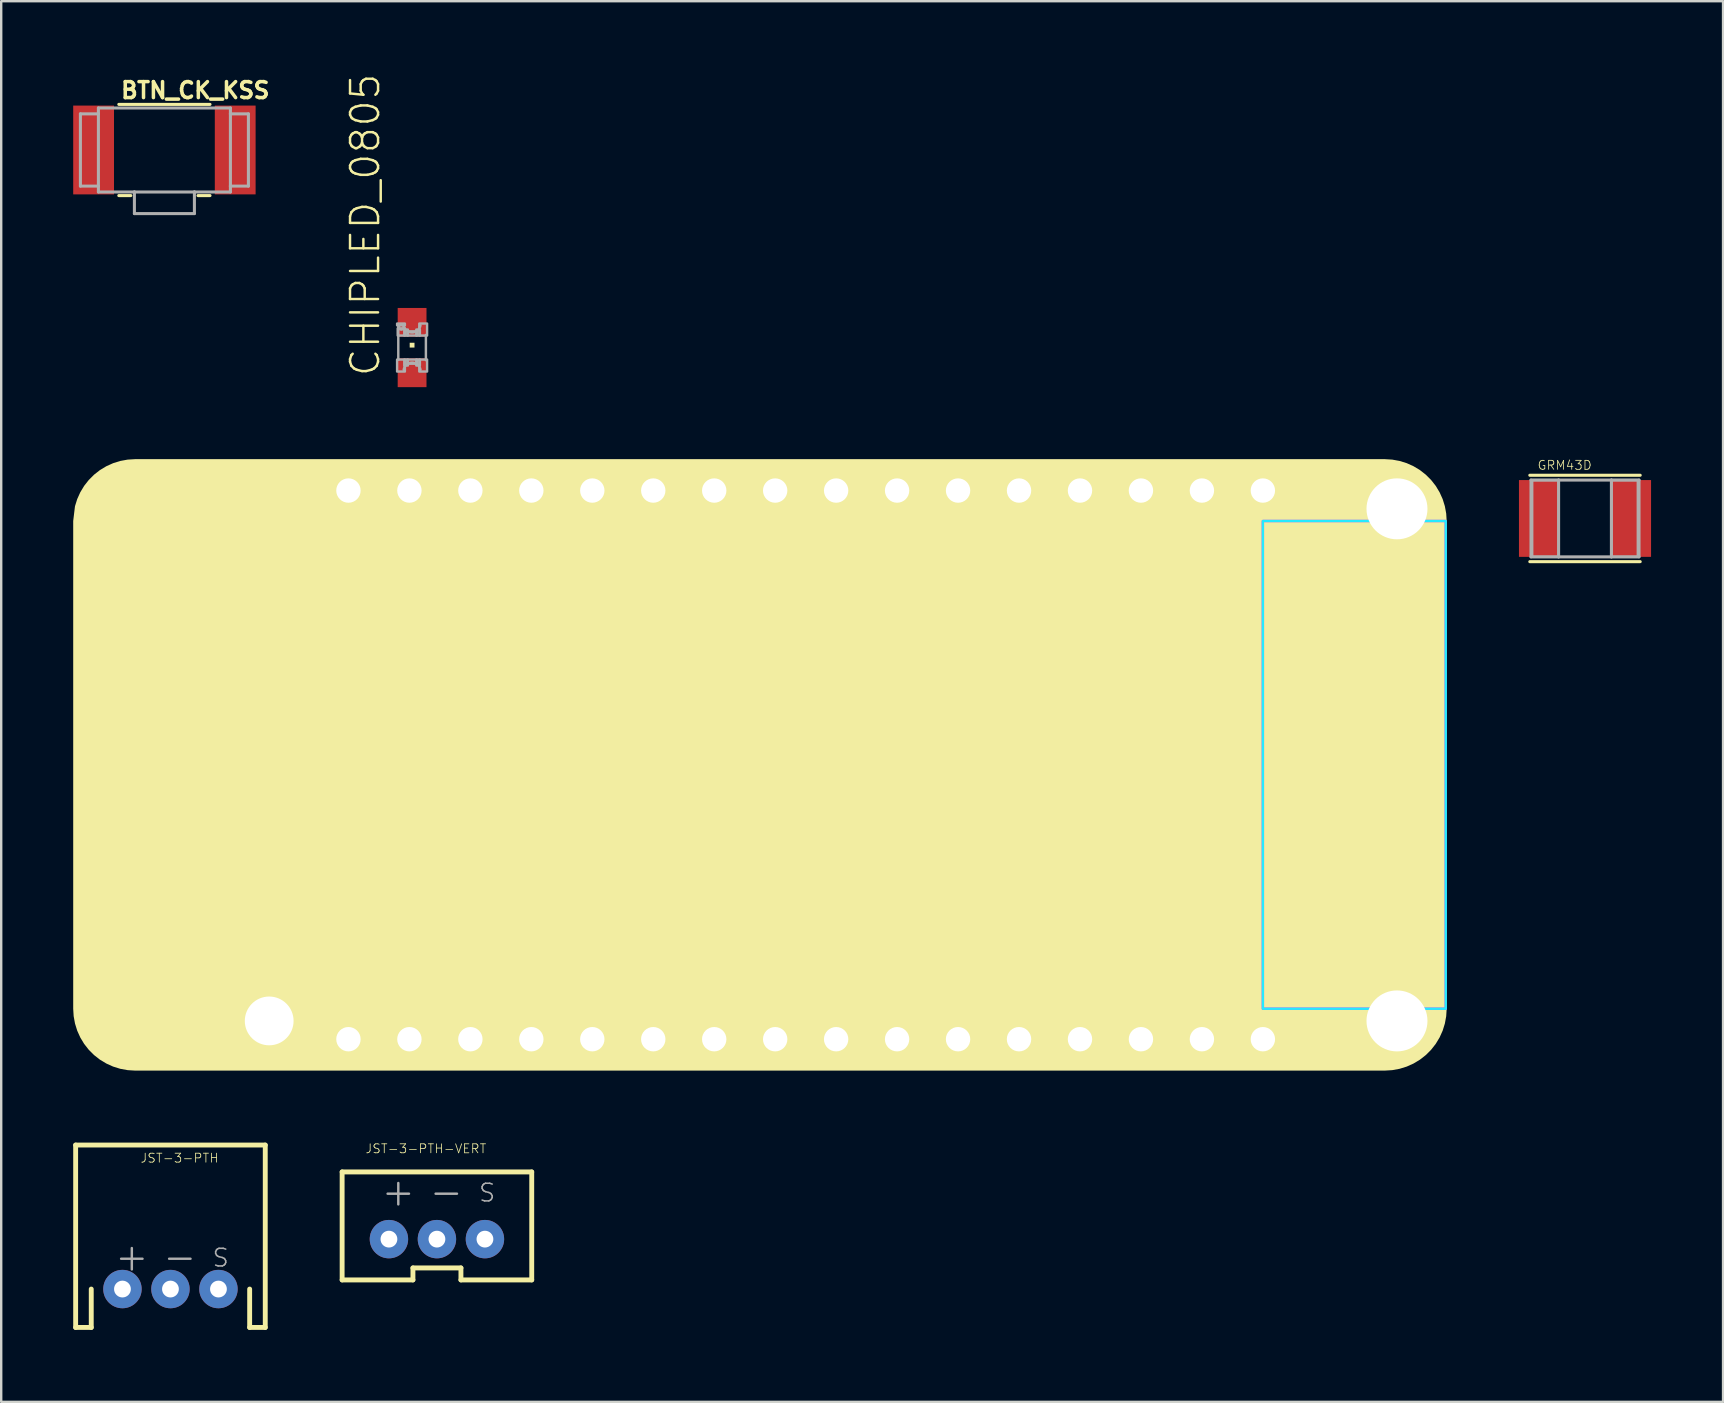
<source format=kicad_pcb>
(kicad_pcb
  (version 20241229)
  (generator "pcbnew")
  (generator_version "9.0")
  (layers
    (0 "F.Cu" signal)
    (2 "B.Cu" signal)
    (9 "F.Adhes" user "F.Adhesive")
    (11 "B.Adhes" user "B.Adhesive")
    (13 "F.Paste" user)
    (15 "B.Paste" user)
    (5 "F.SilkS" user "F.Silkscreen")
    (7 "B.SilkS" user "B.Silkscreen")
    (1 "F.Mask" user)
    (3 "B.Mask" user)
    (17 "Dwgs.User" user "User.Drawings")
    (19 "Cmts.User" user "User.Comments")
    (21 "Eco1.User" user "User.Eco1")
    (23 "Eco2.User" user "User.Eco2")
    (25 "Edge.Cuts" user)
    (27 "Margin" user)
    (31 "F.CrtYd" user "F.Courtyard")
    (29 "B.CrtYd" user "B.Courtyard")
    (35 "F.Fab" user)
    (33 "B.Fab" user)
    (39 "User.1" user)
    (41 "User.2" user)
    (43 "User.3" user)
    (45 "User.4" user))
  (footprint "JST-3-PTH-VERT"
    (layer "F.Cu")
    (at 15.155 48.029)
    (property "Reference" "JST-3-PTH-VERT" (at -3 -3 0) (unlocked yes) (layer "F.SilkS") (effects (font (size 0.374 0.374) (thickness 0.033)) (justify left bottom)))
    (fp_line (start -3.95 -2.25) (end 3.95 -2.25) (stroke (width 0.203) (type solid)) (layer "F.SilkS"))
    (fp_line (start -3.95 2.25) (end -3.95 -2.25) (stroke (width 0.203) (type solid)) (layer "F.SilkS"))
    (fp_line (start -1 1.75) (end -1 2.25) (stroke (width 0.203) (type solid)) (layer "F.SilkS"))
    (fp_line (start -1 1.75) (end 1 1.75) (stroke (width 0.203) (type solid)) (layer "F.SilkS"))
    (fp_line (start -1 2.25) (end -3.95 2.25) (stroke (width 0.203) (type solid)) (layer "F.SilkS"))
    (fp_line (start 1 1.75) (end 1 2.25) (stroke (width 0.203) (type solid)) (layer "F.SilkS"))
    (fp_line (start 3.95 -2.25) (end 3.95 2.25) (stroke (width 0.203) (type solid)) (layer "F.SilkS"))
    (fp_line (start 3.95 2.25) (end 1 2.25) (stroke (width 0.203) (type solid)) (layer "F.SilkS"))
    (fp_text user "+" (at -2.4 -0.75 0) (unlocked yes) (layer "F.Fab") (effects (font (size 1.168 1.168) (thickness 0.102)) (justify left bottom)))
    (fp_text user "-" (at -0.4 -0.75 0) (unlocked yes) (layer "F.Fab") (effects (font (size 1.168 1.168) (thickness 0.102)) (justify left bottom)))
    (fp_text user "S" (at 1.7 -0.95 0) (unlocked yes) (layer "F.Fab") (effects (font (size 0.736 0.736) (thickness 0.064)) (justify left bottom)))
    (pad "1" thru_hole circle (at -2 0.55) (size 1.6 1.6) (drill 0.7) (layers "*.Cu" "*.Mask"))
    (pad "2" thru_hole circle (at 0 0.55) (size 1.6 1.6) (drill 0.7) (layers "*.Cu" "*.Mask"))
    (pad "3" thru_hole circle (at 2 0.55) (size 1.6 1.6) (drill 0.7) (layers "*.Cu" "*.Mask")))
  (footprint "CHIPLED_0805"
    (layer "F.Cu")
    (at 14.12 11.431)
    (property "Reference" "CHIPLED_0805" (at -1.27 1.27 90) (unlocked yes) (layer "F.SilkS") (effects (font (size 1.168 1.168) (thickness 0.102)) (justify left bottom)))
    (fp_poly (pts (xy -0.1 0) (xy 0.1 0) (xy 0.1 -0.2) (xy -0.1 -0.2)) (stroke (width 0) (type default)) (fill yes) (layer "F.SilkS"))
    (fp_line (start -0.575 0.5) (end -0.575 -0.925) (stroke (width 0.102) (type solid)) (layer "F.Fab"))
    (fp_line (start 0.575 -0.525) (end 0.575 0.525) (stroke (width 0.102) (type solid)) (layer "F.Fab"))
    (fp_arc (start -0.35 0.925) (mid -0.000001 0.625027) (end 0.35 0.924998) (stroke (width 0.1016) (type solid)) (layer "F.Fab"))
    (fp_arc (start 0.35 -0.924998) (mid -0.000001 -0.625027) (end -0.35 -0.925) (stroke (width 0.1016) (type solid)) (layer "F.Fab"))
    (fp_circle (center -0.45 -0.85) (end -0.347 -0.85) (stroke (width 0.102) (type solid)) (fill no) (layer "F.Fab"))
    (fp_poly (pts (xy -0.625 -0.925) (xy -0.3 -0.925) (xy -0.3 -1) (xy -0.625 -1)) (stroke (width 0.1) (type default)) (fill no) (layer "F.Fab"))
    (fp_poly (pts (xy -0.625 1) (xy -0.3 1) (xy -0.3 0.5) (xy -0.625 0.5)) (stroke (width 0.1) (type default)) (fill no) (layer "F.Fab"))
    (fp_poly (pts (xy -0.6 -0.5) (xy -0.3 -0.5) (xy -0.3 -0.8) (xy -0.6 -0.8)) (stroke (width 0.1) (type default)) (fill no) (layer "F.Fab"))
    (fp_poly (pts (xy -0.325 -0.5) (xy -0.175 -0.5) (xy -0.175 -0.75) (xy -0.325 -0.75)) (stroke (width 0.1) (type default)) (fill no) (layer "F.Fab"))
    (fp_poly (pts (xy -0.325 0.75) (xy -0.175 0.75) (xy -0.175 0.5) (xy -0.325 0.5)) (stroke (width 0.1) (type default)) (fill no) (layer "F.Fab"))
    (fp_poly (pts (xy -0.2 -0.5) (xy 0.2 -0.5) (xy 0.2 -0.675) (xy -0.2 -0.675)) (stroke (width 0.1) (type default)) (fill no) (layer "F.Fab"))
    (fp_poly (pts (xy -0.2 0.675) (xy 0.2 0.675) (xy 0.2 0.5) (xy -0.2 0.5)) (stroke (width 0.1) (type default)) (fill no) (layer "F.Fab"))
    (fp_poly (pts (xy 0.175 -0.5) (xy 0.325 -0.5) (xy 0.325 -0.75) (xy 0.175 -0.75)) (stroke (width 0.1) (type default)) (fill no) (layer "F.Fab"))
    (fp_poly (pts (xy 0.175 0.75) (xy 0.325 0.75) (xy 0.325 0.5) (xy 0.175 0.5)) (stroke (width 0.1) (type default)) (fill no) (layer "F.Fab"))
    (fp_poly (pts (xy 0.3 -0.5) (xy 0.625 -0.5) (xy 0.625 -1) (xy 0.3 -1)) (stroke (width 0.1) (type default)) (fill no) (layer "F.Fab"))
    (fp_poly (pts (xy 0.3 1) (xy 0.625 1) (xy 0.625 0.5) (xy 0.3 0.5)) (stroke (width 0.1) (type default)) (fill no) (layer "F.Fab"))
    (pad "A" smd rect (at 0 1.05) (size 1.2 1.2) (layers "F.Cu" "F.Mask" "F.Paste"))
    (pad "C" smd rect (at 0 -1.05) (size 1.2 1.2) (layers "F.Cu" "F.Mask" "F.Paste")))
  (footprint "JST-3-PTH"
    (layer "F.Cu")
    (at 4.052 50.659)
    (property "Reference" "JST-3-PTH" (at -1.27 -5.24 0) (unlocked yes) (layer "F.SilkS") (effects (font (size 0.374 0.374) (thickness 0.033)) (justify left bottom)))
    (fp_line (start -3.95 -6) (end 3.95 -6) (stroke (width 0.203) (type solid)) (layer "F.SilkS"))
    (fp_line (start -3.95 1.6) (end -3.95 -6) (stroke (width 0.203) (type solid)) (layer "F.SilkS"))
    (fp_line (start -3.95 1.6) (end -3.3 1.6) (stroke (width 0.203) (type solid)) (layer "F.SilkS"))
    (fp_line (start -3.3 1.6) (end -3.3 0) (stroke (width 0.203) (type solid)) (layer "F.SilkS"))
    (fp_line (start 3.3 1.6) (end 3.3 0) (stroke (width 0.203) (type solid)) (layer "F.SilkS"))
    (fp_line (start 3.95 -6) (end 3.95 1.6) (stroke (width 0.203) (type solid)) (layer "F.SilkS"))
    (fp_line (start 3.95 1.6) (end 3.3 1.6) (stroke (width 0.203) (type solid)) (layer "F.SilkS"))
    (fp_text user "S" (at 1.7 -0.87 0) (unlocked yes) (layer "F.Fab") (effects (font (size 0.736 0.736) (thickness 0.064)) (justify left bottom)))
    (fp_text user "+" (at -2.4 -0.67 0) (unlocked yes) (layer "F.Fab") (effects (font (size 1.168 1.168) (thickness 0.102)) (justify left bottom)))
    (fp_text user "-" (at -0.4 -0.67 0) (unlocked yes) (layer "F.Fab") (effects (font (size 1.168 1.168) (thickness 0.102)) (justify left bottom)))
    (pad "1" thru_hole circle (at -2 0) (size 1.6 1.6) (drill 0.7) (layers "*.Cu" "*.Mask"))
    (pad "2" thru_hole circle (at 0 0) (size 1.6 1.6) (drill 0.7) (layers "*.Cu" "*.Mask"))
    (pad "3" thru_hole circle (at 2 0) (size 1.6 1.6) (drill 0.7) (layers "*.Cu" "*.Mask")))
  (footprint "GRM43D"
    (layer "F.Cu")
    (at 62.99 18.552)
    (property "Reference" "GRM43D" (at -2 -2 0) (unlocked yes) (layer "F.SilkS") (effects (font (size 0.374 0.374) (thickness 0.033)) (justify left bottom)))
    (fp_line (start -2.3 -1.8) (end 2.3 -1.8) (stroke (width 0.127) (type solid)) (layer "F.SilkS"))
    (fp_line (start -2.3 1.8) (end 2.3 1.8) (stroke (width 0.127) (type solid)) (layer "F.SilkS"))
    (fp_line (start -2.25 -1.6) (end -2.25 1.6) (stroke (width 0.127) (type solid)) (layer "F.Fab"))
    (fp_line (start -2.25 1.6) (end -1.1 1.6) (stroke (width 0.127) (type solid)) (layer "F.Fab"))
    (fp_line (start -1.1 -1.6) (end -2.25 -1.6) (stroke (width 0.127) (type solid)) (layer "F.Fab"))
    (fp_line (start -1.1 -1.6) (end -1.1 1.6) (stroke (width 0.127) (type solid)) (layer "F.Fab"))
    (fp_line (start -1.1 1.6) (end 1.1 1.6) (stroke (width 0.127) (type solid)) (layer "F.Fab"))
    (fp_line (start 1.1 -1.6) (end -1.1 -1.6) (stroke (width 0.127) (type solid)) (layer "F.Fab"))
    (fp_line (start 1.1 -1.6) (end 1.1 1.6) (stroke (width 0.127) (type solid)) (layer "F.Fab"))
    (fp_line (start 1.1 1.6) (end 2.25 1.6) (stroke (width 0.127) (type solid)) (layer "F.Fab"))
    (fp_line (start 2.25 -1.6) (end 1.1 -1.6) (stroke (width 0.127) (type solid)) (layer "F.Fab"))
    (fp_line (start 2.25 1.6) (end 2.25 -1.6) (stroke (width 0.127) (type solid)) (layer "F.Fab"))
    (fp_poly (pts (xy -2.2 1.6) (xy -1.1 1.6) (xy -1.1 -1.6) (xy -2.2 -1.6)) (stroke (width 0.1) (type default)) (fill no) (layer "F.Fab"))
    (fp_poly (pts (xy 1.1 1.6) (xy 2.2 1.6) (xy 2.2 -1.6) (xy 1.1 -1.6)) (stroke (width 0.1) (type default)) (fill no) (layer "F.Fab"))
    (pad "A" smd rect (at 1.927 0 90) (size 3.2 1.65) (layers "F.Cu" "F.Mask" "F.Paste"))
    (pad "C" smd rect (at -1.927 0 90) (size 3.2 1.65) (layers "F.Cu" "F.Mask" "F.Paste")))
  (footprint "EVAL ESP32 WEMOS LOLIN-D32"
    (layer "F.Cu")
    (at 29.248 30.089)
    (property "Reference" "EVAL ESP32 WEMOS LOLIN-D32" (at 0 0 0) (layer "F.SilkS") (effects (font (size 1.27 1.27) (thickness 0.15))))
    (fp_poly (pts (xy 25.711 -13.989) (xy 26.017 -13.933) (xy 26.314 -13.841) (xy 26.598 -13.713) (xy 26.865 -13.552) (xy 27.11 -13.36) (xy 27.33 -13.14) (xy 27.522 -12.895) (xy 27.683 -12.628) (xy 27.811 -12.344) (xy 27.903 -12.047) (xy 27.959 -11.741) (xy 27.978 -11.431) (xy 27.978 8.891) (xy 27.959 9.201) (xy 27.903 9.507) (xy 27.811 9.804) (xy 27.683 10.088) (xy 27.522 10.355) (xy 27.33 10.6) (xy 27.11 10.82) (xy 26.865 11.012) (xy 26.598 11.173) (xy 26.314 11.301) (xy 26.017 11.393) (xy 25.711 11.449) (xy 25.401 11.468) (xy -26.671 11.468) (xy -26.981 11.449) (xy -27.287 11.393) (xy -27.584 11.301) (xy -27.868 11.173) (xy -28.135 11.012) (xy -28.38 10.82) (xy -28.6 10.6) (xy -28.792 10.355) (xy -28.953 10.088) (xy -29.081 9.804) (xy -29.173 9.507) (xy -29.229 9.201) (xy -29.248 8.891) (xy -29.248 -11.432) (xy -29.174 -12.046) (xy -29.081 -12.344) (xy -28.953 -12.628) (xy -28.792 -12.895) (xy -28.6 -13.14) (xy -28.38 -13.36) (xy -28.135 -13.552) (xy -27.868 -13.713) (xy -27.584 -13.841) (xy -27.287 -13.933) (xy -26.981 -13.989) (xy -26.671 -14.008) (xy 25.401 -14.008)) (stroke (width 0) (type default)) (fill yes) (layer "F.SilkS"))
    (fp_poly (pts (xy 20.32 8.89) (xy 27.94 8.89) (xy 27.94 -11.43) (xy 20.32 -11.43)) (stroke (width 0.1) (type default)) (fill no) (layer "B.CrtYd"))
    (fp_poly (pts (xy 20.32 8.89) (xy 27.94 8.89) (xy 27.94 -11.43) (xy 20.32 -11.43)) (stroke (width 0.1) (type default)) (fill no) (layer "F.CrtYd"))
    (fp_text user "LOLIN D32" (at -20.32 0 0) (unlocked yes) (layer "F.SilkS") (effects (font (size 2.337 2.337) (thickness 0.203)) (justify left bottom)))
    (pad "" np_thru_hole circle (at 25.908 -11.938) (size 2.54 2.54) (drill 2.54) (layers "*.Cu" "*.Mask"))
    (pad "" np_thru_hole circle (at 25.908 9.398) (size 2.54 2.54) (drill 2.54) (layers "*.Cu" "*.Mask"))
    (pad "0" thru_hole circle (at -10.16 10.16) (size 1.778 1.778) (drill 1.016) (layers "*.Cu" "*.Mask"))
    (pad "2" thru_hole circle (at -12.7 10.16) (size 1.778 1.778) (drill 1.016) (layers "*.Cu" "*.Mask"))
    (pad "3V3" thru_hole circle (at 20.32 -12.7) (size 1.778 1.778) (drill 1.016) (layers "*.Cu" "*.Mask"))
    (pad "4" thru_hole circle (at -7.62 10.16) (size 1.778 1.778) (drill 1.016) (layers "*.Cu" "*.Mask"))
    (pad "5" thru_hole circle (at 0 10.16) (size 1.778 1.778) (drill 1.016) (layers "*.Cu" "*.Mask"))
    (pad "12" thru_hole circle (at -7.62 -12.7) (size 1.778 1.778) (drill 1.016) (layers "*.Cu" "*.Mask"))
    (pad "13" thru_hole circle (at -10.16 -12.7) (size 1.778 1.778) (drill 1.016) (layers "*.Cu" "*.Mask"))
    (pad "14" thru_hole circle (at -5.08 -12.7) (size 1.778 1.778) (drill 1.016) (layers "*.Cu" "*.Mask"))
    (pad "15" thru_hole circle (at -15.24 10.16) (size 1.778 1.778) (drill 1.016) (layers "*.Cu" "*.Mask"))
    (pad "16" thru_hole circle (at -5.08 10.16) (size 1.778 1.778) (drill 1.016) (layers "*.Cu" "*.Mask"))
    (pad "17" thru_hole circle (at -2.54 10.16) (size 1.778 1.778) (drill 1.016) (layers "*.Cu" "*.Mask"))
    (pad "18" thru_hole circle (at 2.54 10.16) (size 1.778 1.778) (drill 1.016) (layers "*.Cu" "*.Mask"))
    (pad "19" thru_hole circle (at 5.08 10.16) (size 1.778 1.778) (drill 1.016) (layers "*.Cu" "*.Mask"))
    (pad "21" thru_hole circle (at 7.62 10.16) (size 1.778 1.778) (drill 1.016) (layers "*.Cu" "*.Mask"))
    (pad "22" thru_hole circle (at 15.24 10.16) (size 1.778 1.778) (drill 1.016) (layers "*.Cu" "*.Mask"))
    (pad "23" thru_hole circle (at 17.78 10.16) (size 1.778 1.778) (drill 1.016) (layers "*.Cu" "*.Mask"))
    (pad "25" thru_hole circle (at 2.54 -12.7) (size 1.778 1.778) (drill 1.016) (layers "*.Cu" "*.Mask"))
    (pad "26" thru_hole circle (at 0 -12.7) (size 1.778 1.778) (drill 1.016) (layers "*.Cu" "*.Mask"))
    (pad "27" thru_hole circle (at -2.54 -12.7) (size 1.778 1.778) (drill 1.016) (layers "*.Cu" "*.Mask"))
    (pad "32" thru_hole circle (at 7.62 -12.7) (size 1.778 1.778) (drill 1.016) (layers "*.Cu" "*.Mask"))
    (pad "33" thru_hole circle (at 5.08 -12.7) (size 1.778 1.778) (drill 1.016) (layers "*.Cu" "*.Mask"))
    (pad "34" thru_hole circle (at 10.16 -12.7) (size 1.778 1.778) (drill 1.016) (layers "*.Cu" "*.Mask"))
    (pad "BAT" thru_hole circle (at -17.78 -12.7) (size 1.778 1.778) (drill 1.016) (layers "*.Cu" "*.Mask"))
    (pad "EN" thru_hole circle (at -12.7 -12.7) (size 1.778 1.778) (drill 1.016) (layers "*.Cu" "*.Mask"))
    (pad "GND" thru_hole circle (at -17.78 10.16) (size 1.778 1.778) (drill 1.016) (layers "*.Cu" "*.Mask"))
    (pad "GND@1" thru_hole circle (at 20.32 10.16) (size 1.778 1.778) (drill 1.016) (layers "*.Cu" "*.Mask"))
    (pad "GND@2" thru_hole circle (at -21.082 9.398) (size 3.302 3.302) (drill 2.032) (layers "*.Cu" "*.Mask"))
    (pad "RS" thru_hole circle (at 17.78 -12.7) (size 1.778 1.778) (drill 1.016) (layers "*.Cu" "*.Mask"))
    (pad "RX" thru_hole circle (at 10.16 10.16) (size 1.778 1.778) (drill 1.016) (layers "*.Cu" "*.Mask"))
    (pad "TX" thru_hole circle (at 12.7 10.16) (size 1.778 1.778) (drill 1.016) (layers "*.Cu" "*.Mask"))
    (pad "USB_5V" thru_hole circle (at -15.24 -12.7) (size 1.778 1.778) (drill 1.016) (layers "*.Cu" "*.Mask"))
    (pad "VN" thru_hole circle (at 12.7 -12.7) (size 1.778 1.778) (drill 1.016) (layers "*.Cu" "*.Mask"))
    (pad "VP" thru_hole circle (at 15.24 -12.7) (size 1.778 1.778) (drill 1.016) (layers "*.Cu" "*.Mask")))
  (footprint "BTN_CK_KSS"
    (layer "F.Cu")
    (at 3.8 3.199)
    (property "Reference" "BTN_CK_KSS" (at -1.886 -2.094 0) (unlocked yes) (layer "F.SilkS") (effects (font (size 0.666 0.666) (thickness 0.146)) (justify left bottom)))
    (fp_line (start -1.9 -1.9) (end 1.9 -1.9) (stroke (width 0.127) (type solid)) (layer "F.SilkS"))
    (fp_line (start -1.9 1.9) (end -1.4 1.9) (stroke (width 0.127) (type solid)) (layer "F.SilkS"))
    (fp_line (start 1.4 1.9) (end 1.9 1.9) (stroke (width 0.127) (type solid)) (layer "F.SilkS"))
    (fp_line (start -3.5 -1.505) (end -2.75 -1.505) (stroke (width 0.127) (type solid)) (layer "F.Fab"))
    (fp_line (start -3.5 1.505) (end -3.5 -1.505) (stroke (width 0.127) (type solid)) (layer "F.Fab"))
    (fp_line (start -2.75 -1.75) (end 2.75 -1.75) (stroke (width 0.127) (type solid)) (layer "F.Fab"))
    (fp_line (start -2.75 -1.505) (end -2.75 -1.75) (stroke (width 0.127) (type solid)) (layer "F.Fab"))
    (fp_line (start -2.75 1.505) (end -3.5 1.505) (stroke (width 0.127) (type solid)) (layer "F.Fab"))
    (fp_line (start -2.75 1.505) (end -2.75 -1.505) (stroke (width 0.127) (type solid)) (layer "F.Fab"))
    (fp_line (start -2.75 1.75) (end -2.75 1.505) (stroke (width 0.127) (type solid)) (layer "F.Fab"))
    (fp_line (start -1.25 1.75) (end -2.75 1.75) (stroke (width 0.127) (type solid)) (layer "F.Fab"))
    (fp_line (start -1.25 2.65) (end -1.25 1.75) (stroke (width 0.127) (type solid)) (layer "F.Fab"))
    (fp_line (start -1.25 2.65) (end 1.25 2.65) (stroke (width 0.127) (type solid)) (layer "F.Fab"))
    (fp_line (start 1.25 1.75) (end -1.25 1.75) (stroke (width 0.127) (type solid)) (layer "F.Fab"))
    (fp_line (start 1.25 2.65) (end 1.25 1.75) (stroke (width 0.127) (type solid)) (layer "F.Fab"))
    (fp_line (start 2.75 -1.75) (end 2.75 -1.505) (stroke (width 0.127) (type solid)) (layer "F.Fab"))
    (fp_line (start 2.75 -1.505) (end 2.75 1.505) (stroke (width 0.127) (type solid)) (layer "F.Fab"))
    (fp_line (start 2.75 -1.505) (end 3.5 -1.505) (stroke (width 0.127) (type solid)) (layer "F.Fab"))
    (fp_line (start 2.75 1.505) (end 2.75 1.75) (stroke (width 0.127) (type solid)) (layer "F.Fab"))
    (fp_line (start 2.75 1.75) (end 1.25 1.75) (stroke (width 0.127) (type solid)) (layer "F.Fab"))
    (fp_line (start 3.5 -1.505) (end 3.5 1.505) (stroke (width 0.127) (type solid)) (layer "F.Fab"))
    (fp_line (start 3.5 1.505) (end 2.75 1.505) (stroke (width 0.127) (type solid)) (layer "F.Fab"))
    (pad "P$1" smd rect (at -2.95 0) (size 1.7 3.7) (layers "F.Cu" "F.Mask" "F.Paste"))
    (pad "P$2" smd rect (at 2.95 0) (size 1.7 3.7) (layers "F.Cu" "F.Mask" "F.Paste")))
  (gr_rect
    (start -3 -3)
    (end 68.742 55.36)
    (stroke (width 0.1) (type default))
    (fill no)
    (layer "Edge.Cuts")))
</source>
